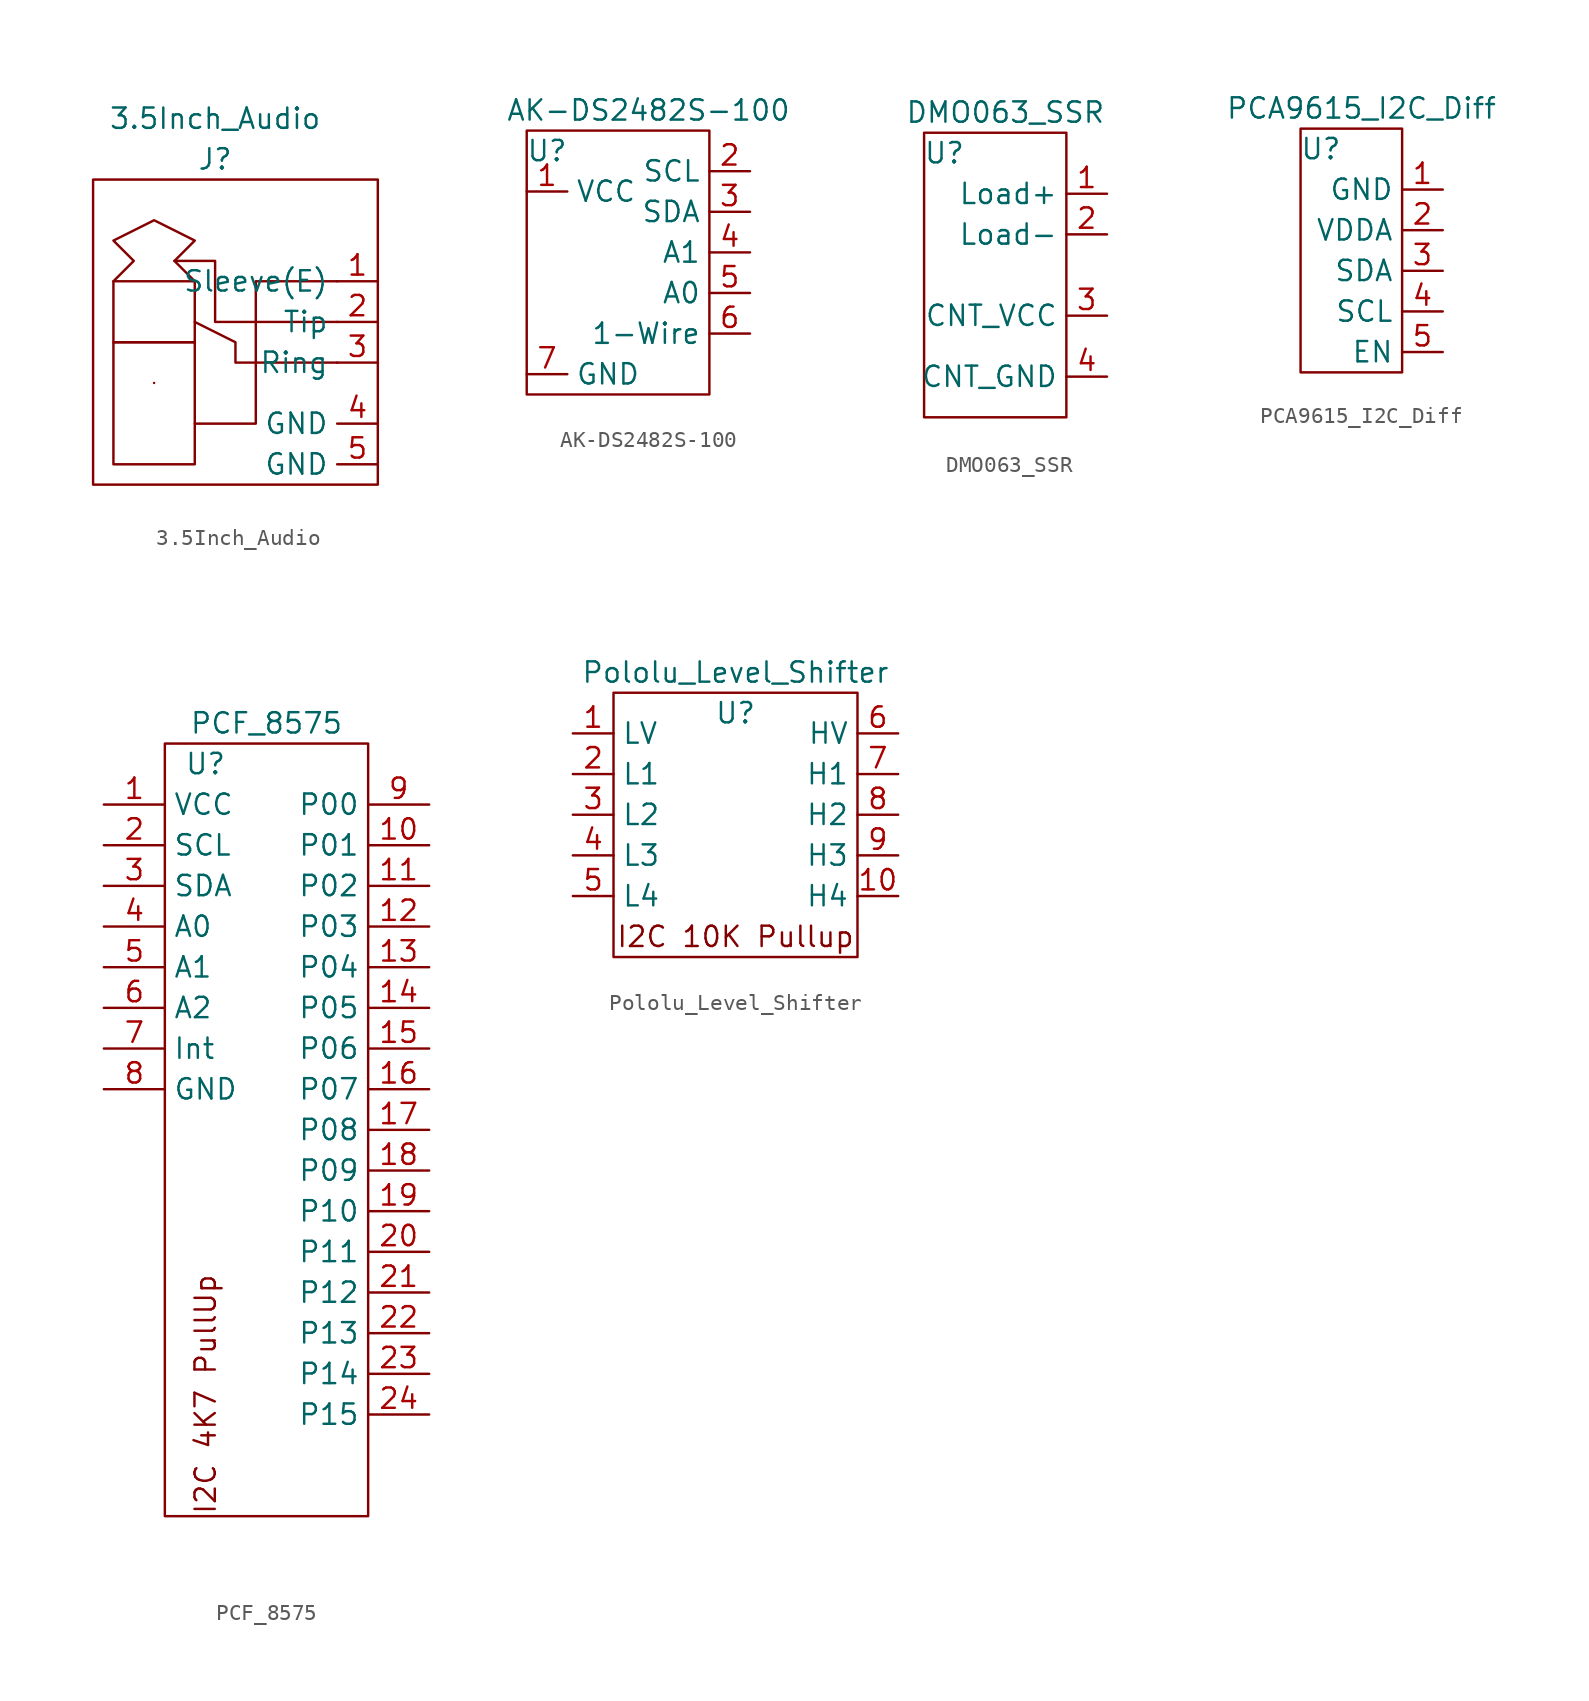
<source format=kicad_sym>
(kicad_symbol_lib
  (version 20211014)
  (generator kicad_symbol_editor)
  (symbol "3.5Inch_Audio"
    (property "Reference" "J"
      (at 7.62 1.27 0)
      (effects (font (size 1.27 1.27))))
    (property "Value" "3.5Inch_Audio"
      (at 7.62 3.81 0)
      (effects (font (size 1.27 1.27))))
    (symbol "3.5Inch_Audio_0_1"
      (polyline (pts (xy 15.24 -11.43) (xy 8.89 -11.43) (xy 8.89 -10.16) (xy 6.35 -8.89)) (stroke (width 0) (type default) (color 0 0 0 0)) (fill (type none)))
      (polyline (pts (xy 15.24 -8.89) (xy 7.62 -8.89) (xy 7.62 -5.08) (xy 5.08 -5.08)) (stroke (width 0) (type default) (color 0 0 0 0)) (fill (type none)))
      (polyline (pts (xy 15.24 -6.35) (xy 10.16 -6.35) (xy 10.16 -15.24) (xy 6.35 -15.24)) (stroke (width 0) (type default) (color 0 0 0 0)) (fill (type none)))
      (polyline (pts (xy 1.27 -6.35) (xy 2.54 -5.08) (xy 1.27 -3.81) (xy 3.81 -2.54) (xy 6.35 -3.81) (xy 5.08 -5.08) (xy 6.35 -6.35)) (stroke (width 0) (type default) (color 0 0 0 0)) (fill (type none)))
      (rectangle (start 0 0) (end 17.78 -19.05) (stroke (width 0) (type default) (color 0 0 0 0)) (fill (type none)))
      (rectangle (start 1.27 -10.16) (end 6.35 -17.78) (stroke (width 0) (type default) (color 0 0 0 0)) (fill (type none)))
      (rectangle (start 1.27 -6.35) (end 6.35 -10.16) (stroke (width 0) (type default) (color 0 0 0 0)) (fill (type none)))
      (rectangle (start 3.81 -12.7) (end 3.81 -12.7) (stroke (width 0) (type default) (color 0 0 0 0)) (fill (type none))))
    (symbol "3.5Inch_Audio_1_1"
      (pin input line (at 17.78 -6.35 180) (length 2.54) (name "Sleeve(E)" (effects (font (size 1.27 1.27)))) (number "1" (effects (font (size 1.27 1.27)))))
      (pin input line (at 17.78 -8.89 180) (length 2.54) (name "Tip" (effects (font (size 1.27 1.27)))) (number "2" (effects (font (size 1.27 1.27)))))
      (pin input line (at 17.78 -11.43 180) (length 2.54) (name "Ring" (effects (font (size 1.27 1.27)))) (number "3" (effects (font (size 1.27 1.27)))))
      (pin input line (at 17.78 -15.24 180) (length 2.54) (name "GND" (effects (font (size 1.27 1.27)))) (number "4" (effects (font (size 1.27 1.27)))))
      (pin input line (at 17.78 -17.78 180) (length 2.54) (name "GND" (effects (font (size 1.27 1.27)))) (number "5" (effects (font (size 1.27 1.27)))))))
  (symbol "AK-DS2482S-100"
    (property "Reference" "U"
      (at -6.35 -5.08 0)
      (effects (font (size 1.27 1.27))))
    (property "Value" "AK-DS2482S-100"
      (at 0 -2.54 0)
      (effects (font (size 1.27 1.27))))
    (symbol "AK-DS2482S-100_0_1"
      (rectangle (start -7.62 -3.81) (end 3.81 -20.32) (stroke (width 0) (type default) (color 0 0 0 0)) (fill (type none))))
    (symbol "AK-DS2482S-100_1_1"
      (pin input line (at -7.62 -7.62 0) (length 2.54) (name "VCC" (effects (font (size 1.27 1.27)))) (number "1" (effects (font (size 1.27 1.27)))))
      (pin passive line (at 6.35 -6.35 180) (length 2.54) (name "SCL" (effects (font (size 1.27 1.27)))) (number "2" (effects (font (size 1.27 1.27)))))
      (pin passive line (at 6.35 -8.89 180) (length 2.54) (name "SDA" (effects (font (size 1.27 1.27)))) (number "3" (effects (font (size 1.27 1.27)))))
      (pin passive line (at 6.35 -11.43 180) (length 2.54) (name "A1" (effects (font (size 1.27 1.27)))) (number "4" (effects (font (size 1.27 1.27)))))
      (pin passive line (at 6.35 -13.97 180) (length 2.54) (name "A0" (effects (font (size 1.27 1.27)))) (number "5" (effects (font (size 1.27 1.27)))))
      (pin passive line (at 6.35 -16.51 180) (length 2.54) (name "1-Wire" (effects (font (size 1.27 1.27)))) (number "6" (effects (font (size 1.27 1.27)))))
      (pin passive line (at -7.62 -19.05 0) (length 2.54) (name "GND" (effects (font (size 1.27 1.27)))) (number "7" (effects (font (size 1.27 1.27)))))))
  (symbol "DMO063_SSR"
    (property "Reference" "U"
      (at 1.27 -1.27 0)
      (effects (font (size 1.27 1.27))))
    (property "Value" "DMO063_SSR"
      (at 5.08 1.27 0)
      (effects (font (size 1.27 1.27))))
    (symbol "DMO063_SSR_0_1"
      (rectangle (start 0 0) (end 8.89 -17.78) (stroke (width 0) (type default) (color 0 0 0 0)) (fill (type none))))
    (symbol "DMO063_SSR_1_1"
      (pin input line (at 11.43 -3.81 180) (length 2.54) (name "Load+" (effects (font (size 1.27 1.27)))) (number "1" (effects (font (size 1.27 1.27)))))
      (pin input line (at 11.43 -6.35 180) (length 2.54) (name "Load-" (effects (font (size 1.27 1.27)))) (number "2" (effects (font (size 1.27 1.27)))))
      (pin input line (at 11.43 -11.43 180) (length 2.54) (name "CNT_VCC" (effects (font (size 1.27 1.27)))) (number "3" (effects (font (size 1.27 1.27)))))
      (pin input line (at 11.43 -15.24 180) (length 2.54) (name "CNT_GND" (effects (font (size 1.27 1.27)))) (number "4" (effects (font (size 1.27 1.27)))))))
  (symbol "PCA9615_I2C_Diff"
    (property "Reference" "U"
      (at 1.27 -1.27 0)
      (effects (font (size 1.27 1.27))))
    (property "Value" "PCA9615_I2C_Diff"
      (at 3.81 1.27 0)
      (effects (font (size 1.27 1.27))))
    (symbol "PCA9615_I2C_Diff_0_1"
      (rectangle (start 0 0) (end 6.35 -15.24) (stroke (width 0) (type default) (color 0 0 0 0)) (fill (type none))))
    (symbol "PCA9615_I2C_Diff_1_1"
      (pin input line (at 8.89 -3.81 180) (length 2.54) (name "GND" (effects (font (size 1.27 1.27)))) (number "1" (effects (font (size 1.27 1.27)))))
      (pin input line (at 8.89 -6.35 180) (length 2.54) (name "VDDA" (effects (font (size 1.27 1.27)))) (number "2" (effects (font (size 1.27 1.27)))))
      (pin input line (at 8.89 -8.89 180) (length 2.54) (name "SDA" (effects (font (size 1.27 1.27)))) (number "3" (effects (font (size 1.27 1.27)))))
      (pin input line (at 8.89 -11.43 180) (length 2.54) (name "SCL" (effects (font (size 1.27 1.27)))) (number "4" (effects (font (size 1.27 1.27)))))
      (pin input line (at 8.89 -13.97 180) (length 2.54) (name "EN" (effects (font (size 1.27 1.27)))) (number "5" (effects (font (size 1.27 1.27)))))))
  (symbol "PCF_8575"
    (property "Reference" "U"
      (at 2.54 -1.27 0)
      (effects (font (size 1.27 1.27))))
    (property "Value" "PCF_8575"
      (at 6.35 1.27 0)
      (effects (font (size 1.27 1.27))))
    (symbol "PCF_8575_0_0"
      (text "I2C 4K7 PullUp" (at 2.54 -40.64 900) (effects (font (size 1.27 1.27)))))
    (symbol "PCF_8575_0_1"
      (rectangle (start 0 0) (end 12.7 -48.26) (stroke (width 0) (type default) (color 0 0 0 0)) (fill (type none))))
    (symbol "PCF_8575_1_1"
      (pin passive line (at -3.81 -3.81 0) (length 3.81) (name "VCC" (effects (font (size 1.27 1.27)))) (number "1" (effects (font (size 1.27 1.27)))))
      (pin passive line (at 16.51 -6.35 180) (length 3.81) (name "P01" (effects (font (size 1.27 1.27)))) (number "10" (effects (font (size 1.27 1.27)))))
      (pin passive line (at 16.51 -8.89 180) (length 3.81) (name "P02" (effects (font (size 1.27 1.27)))) (number "11" (effects (font (size 1.27 1.27)))))
      (pin passive line (at 16.51 -11.43 180) (length 3.81) (name "P03" (effects (font (size 1.27 1.27)))) (number "12" (effects (font (size 1.27 1.27)))))
      (pin passive line (at 16.51 -13.97 180) (length 3.81) (name "P04" (effects (font (size 1.27 1.27)))) (number "13" (effects (font (size 1.27 1.27)))))
      (pin passive line (at 16.51 -16.51 180) (length 3.81) (name "P05" (effects (font (size 1.27 1.27)))) (number "14" (effects (font (size 1.27 1.27)))))
      (pin passive line (at 16.51 -19.05 180) (length 3.81) (name "P06" (effects (font (size 1.27 1.27)))) (number "15" (effects (font (size 1.27 1.27)))))
      (pin passive line (at 16.51 -21.59 180) (length 3.81) (name "P07" (effects (font (size 1.27 1.27)))) (number "16" (effects (font (size 1.27 1.27)))))
      (pin passive line (at 16.51 -24.13 180) (length 3.81) (name "P08" (effects (font (size 1.27 1.27)))) (number "17" (effects (font (size 1.27 1.27)))))
      (pin passive line (at 16.51 -26.67 180) (length 3.81) (name "P09" (effects (font (size 1.27 1.27)))) (number "18" (effects (font (size 1.27 1.27)))))
      (pin passive line (at 16.51 -29.21 180) (length 3.81) (name "P10" (effects (font (size 1.27 1.27)))) (number "19" (effects (font (size 1.27 1.27)))))
      (pin passive line (at -3.81 -6.35 0) (length 3.81) (name "SCL" (effects (font (size 1.27 1.27)))) (number "2" (effects (font (size 1.27 1.27)))))
      (pin passive line (at 16.51 -31.75 180) (length 3.81) (name "P11" (effects (font (size 1.27 1.27)))) (number "20" (effects (font (size 1.27 1.27)))))
      (pin passive line (at 16.51 -34.29 180) (length 3.81) (name "P12" (effects (font (size 1.27 1.27)))) (number "21" (effects (font (size 1.27 1.27)))))
      (pin passive line (at 16.51 -36.83 180) (length 3.81) (name "P13" (effects (font (size 1.27 1.27)))) (number "22" (effects (font (size 1.27 1.27)))))
      (pin passive line (at 16.51 -39.37 180) (length 3.81) (name "P14" (effects (font (size 1.27 1.27)))) (number "23" (effects (font (size 1.27 1.27)))))
      (pin passive line (at 16.51 -41.91 180) (length 3.81) (name "P15" (effects (font (size 1.27 1.27)))) (number "24" (effects (font (size 1.27 1.27)))))
      (pin passive line (at -3.81 -8.89 0) (length 3.81) (name "SDA" (effects (font (size 1.27 1.27)))) (number "3" (effects (font (size 1.27 1.27)))))
      (pin passive line (at -3.81 -11.43 0) (length 3.81) (name "A0" (effects (font (size 1.27 1.27)))) (number "4" (effects (font (size 1.27 1.27)))))
      (pin passive line (at -3.81 -13.97 0) (length 3.81) (name "A1" (effects (font (size 1.27 1.27)))) (number "5" (effects (font (size 1.27 1.27)))))
      (pin passive line (at -3.81 -16.51 0) (length 3.81) (name "A2" (effects (font (size 1.27 1.27)))) (number "6" (effects (font (size 1.27 1.27)))))
      (pin passive line (at -3.81 -19.05 0) (length 3.81) (name "Int" (effects (font (size 1.27 1.27)))) (number "7" (effects (font (size 1.27 1.27)))))
      (pin passive line (at -3.81 -21.59 0) (length 3.81) (name "GND" (effects (font (size 1.27 1.27)))) (number "8" (effects (font (size 1.27 1.27)))))
      (pin passive line (at 16.51 -3.81 180) (length 3.81) (name "P00" (effects (font (size 1.27 1.27)))) (number "9" (effects (font (size 1.27 1.27)))))))
  (symbol "Pololu_Level_Shifter"
    (property "Reference" "U"
      (at 0 -3.81 0)
      (effects (font (size 1.27 1.27))))
    (property "Value" "Pololu_Level_Shifter"
      (at 0 -1.27 0)
      (effects (font (size 1.27 1.27))))
    (symbol "Pololu_Level_Shifter_0_0"
      (text "I2C 10K Pullup" (at 0 -17.78 0) (effects (font (size 1.27 1.27)))))
    (symbol "Pololu_Level_Shifter_0_1"
      (rectangle (start -7.62 -2.54) (end 7.62 -19.05) (stroke (width 0) (type default) (color 0 0 0 0)) (fill (type none))))
    (symbol "Pololu_Level_Shifter_1_1"
      (pin passive line (at -10.16 -5.08 0) (length 2.54) (name "LV" (effects (font (size 1.27 1.27)))) (number "1" (effects (font (size 1.27 1.27)))))
      (pin passive line (at 10.16 -15.24 180) (length 2.54) (name "H4" (effects (font (size 1.27 1.27)))) (number "10" (effects (font (size 1.27 1.27)))))
      (pin passive line (at -10.16 -7.62 0) (length 2.54) (name "L1" (effects (font (size 1.27 1.27)))) (number "2" (effects (font (size 1.27 1.27)))))
      (pin passive line (at -10.16 -10.16 0) (length 2.54) (name "L2" (effects (font (size 1.27 1.27)))) (number "3" (effects (font (size 1.27 1.27)))))
      (pin passive line (at -10.16 -12.7 0) (length 2.54) (name "L3" (effects (font (size 1.27 1.27)))) (number "4" (effects (font (size 1.27 1.27)))))
      (pin passive line (at -10.16 -15.24 0) (length 2.54) (name "L4" (effects (font (size 1.27 1.27)))) (number "5" (effects (font (size 1.27 1.27)))))
      (pin passive line (at 10.16 -5.08 180) (length 2.54) (name "HV" (effects (font (size 1.27 1.27)))) (number "6" (effects (font (size 1.27 1.27)))))
      (pin passive line (at 10.16 -7.62 180) (length 2.54) (name "H1" (effects (font (size 1.27 1.27)))) (number "7" (effects (font (size 1.27 1.27)))))
      (pin passive line (at 10.16 -10.16 180) (length 2.54) (name "H2" (effects (font (size 1.27 1.27)))) (number "8" (effects (font (size 1.27 1.27)))))
      (pin passive line (at 10.16 -12.7 180) (length 2.54) (name "H3" (effects (font (size 1.27 1.27)))) (number "9" (effects (font (size 1.27 1.27))))))))
</source>
